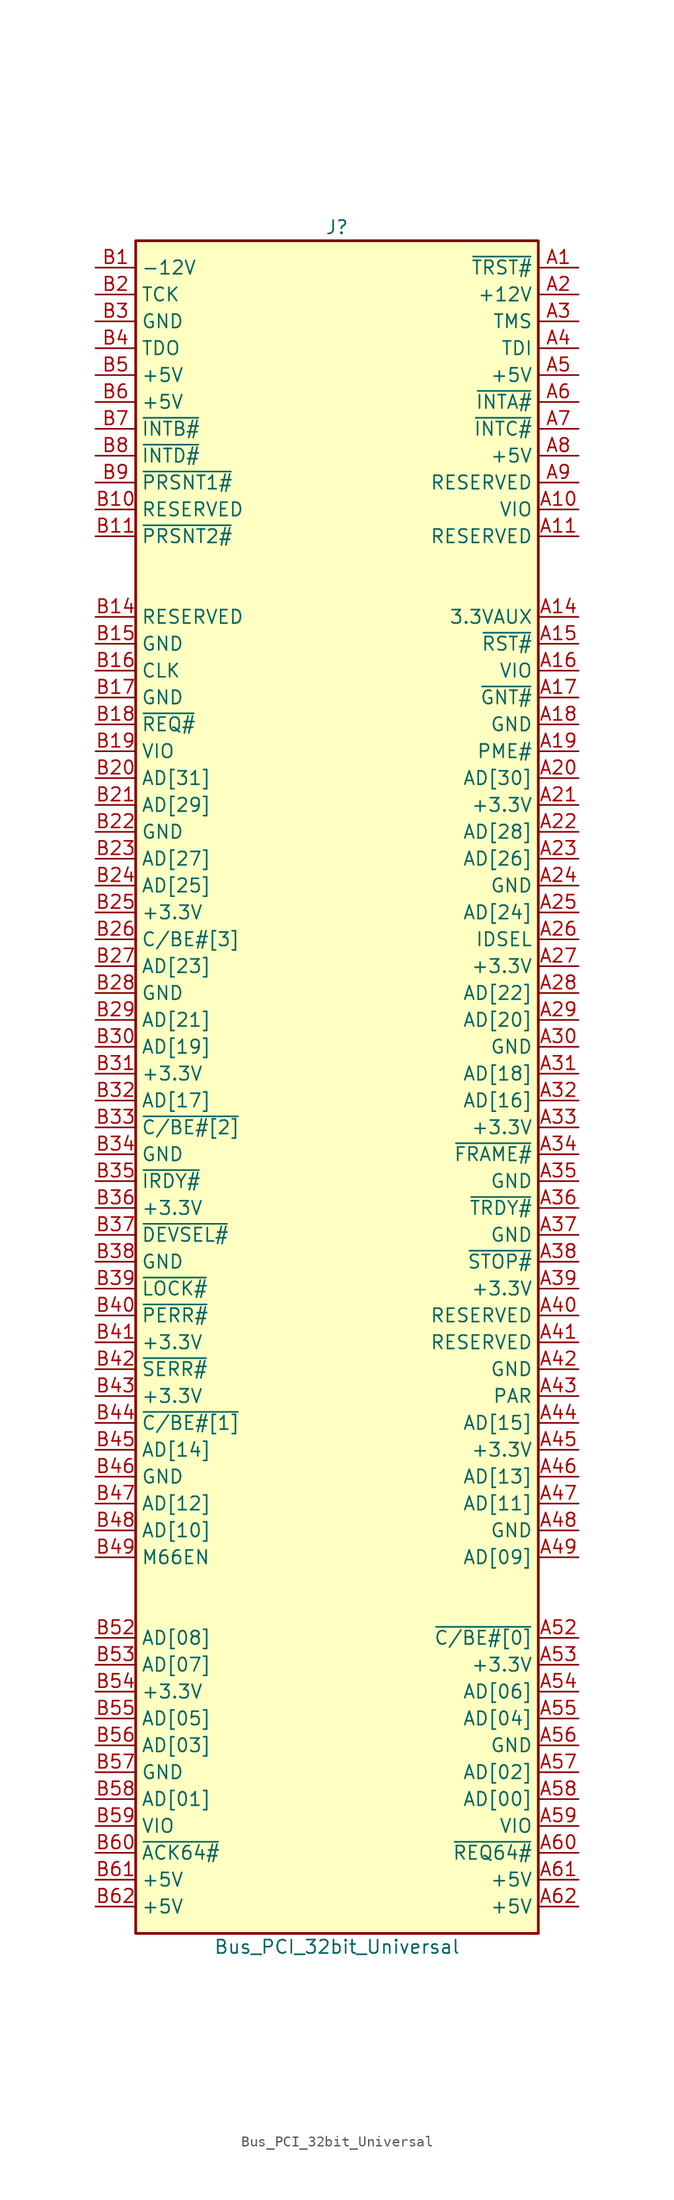
<source format=kicad_sym>
(kicad_symbol_lib
  (version 20241209)
  (generator "kicad_symbol_editor")
  (generator_version "9.0")
  (symbol "Bus_PCI_32bit_Universal"
    (property "Reference" "J"
      (at 0 80.01 0)
      (effects (font (size 1.27 1.27))))
    (property "Value" "Bus_PCI_32bit_Universal"
      (at 0 -82.55 0)
      (effects (font (size 1.27 1.27))))
    (symbol "Bus_PCI_32bit_Universal_0_1"
      (rectangle (start -19.05 78.74) (end 19.05 -81.28) (stroke (width 0.254) (type default)) (fill (type background))))
    (symbol "Bus_PCI_32bit_Universal_1_1"
      (pin power_in line (at -22.86 76.2 0) (length 3.81) (name "-12V" (effects (font (size 1.27 1.27)))) (number "B1" (effects (font (size 1.27 1.27)))))
      (pin output line (at -22.86 73.66 0) (length 3.81) (name "TCK" (effects (font (size 1.27 1.27)))) (number "B2" (effects (font (size 1.27 1.27)))))
      (pin power_in line (at -22.86 71.12 0) (length 3.81) (name "GND" (effects (font (size 1.27 1.27)))) (number "B3" (effects (font (size 1.27 1.27)))))
      (pin input line (at -22.86 68.58 0) (length 3.81) (name "TDO" (effects (font (size 1.27 1.27)))) (number "B4" (effects (font (size 1.27 1.27)))))
      (pin power_in line (at -22.86 66.04 0) (length 3.81) (name "+5V" (effects (font (size 1.27 1.27)))) (number "B5" (effects (font (size 1.27 1.27)))))
      (pin power_in line (at -22.86 63.5 0) (length 3.81) (name "+5V" (effects (font (size 1.27 1.27)))) (number "B6" (effects (font (size 1.27 1.27)))))
      (pin input line (at -22.86 60.96 0) (length 3.81) (name "~{INTB#}" (effects (font (size 1.27 1.27)))) (number "B7" (effects (font (size 1.27 1.27)))))
      (pin input line (at -22.86 58.42 0) (length 3.81) (name "~{INTD#}" (effects (font (size 1.27 1.27)))) (number "B8" (effects (font (size 1.27 1.27)))))
      (pin input line (at -22.86 55.88 0) (length 3.81) (name "~{PRSNT1#}" (effects (font (size 1.27 1.27)))) (number "B9" (effects (font (size 1.27 1.27)))))
      (pin passive line (at -22.86 53.34 0) (length 3.81) (name "RESERVED" (effects (font (size 1.27 1.27)))) (number "B10" (effects (font (size 1.27 1.27)))))
      (pin input line (at -22.86 50.8 0) (length 3.81) (name "~{PRSNT2#}" (effects (font (size 1.27 1.27)))) (number "B11" (effects (font (size 1.27 1.27)))))
      (pin passive line (at -22.86 43.18 0) (length 3.81) (name "RESERVED" (effects (font (size 1.27 1.27)))) (number "B14" (effects (font (size 1.27 1.27)))))
      (pin power_in line (at -22.86 40.64 0) (length 3.81) (name "GND" (effects (font (size 1.27 1.27)))) (number "B15" (effects (font (size 1.27 1.27)))))
      (pin output line (at -22.86 38.1 0) (length 3.81) (name "CLK" (effects (font (size 1.27 1.27)))) (number "B16" (effects (font (size 1.27 1.27)))))
      (pin power_in line (at -22.86 35.56 0) (length 3.81) (name "GND" (effects (font (size 1.27 1.27)))) (number "B17" (effects (font (size 1.27 1.27)))))
      (pin bidirectional line (at -22.86 33.02 0) (length 3.81) (name "~{REQ#}" (effects (font (size 1.27 1.27)))) (number "B18" (effects (font (size 1.27 1.27)))))
      (pin power_in line (at -22.86 30.48 0) (length 3.81) (name "VIO" (effects (font (size 1.27 1.27)))) (number "B19" (effects (font (size 1.27 1.27)))))
      (pin bidirectional line (at -22.86 27.94 0) (length 3.81) (name "AD[31]" (effects (font (size 1.27 1.27)))) (number "B20" (effects (font (size 1.27 1.27)))))
      (pin bidirectional line (at -22.86 25.4 0) (length 3.81) (name "AD[29]" (effects (font (size 1.27 1.27)))) (number "B21" (effects (font (size 1.27 1.27)))))
      (pin power_in line (at -22.86 22.86 0) (length 3.81) (name "GND" (effects (font (size 1.27 1.27)))) (number "B22" (effects (font (size 1.27 1.27)))))
      (pin bidirectional line (at -22.86 20.32 0) (length 3.81) (name "AD[27]" (effects (font (size 1.27 1.27)))) (number "B23" (effects (font (size 1.27 1.27)))))
      (pin bidirectional line (at -22.86 17.78 0) (length 3.81) (name "AD[25]" (effects (font (size 1.27 1.27)))) (number "B24" (effects (font (size 1.27 1.27)))))
      (pin power_in line (at -22.86 15.24 0) (length 3.81) (name "+3.3V" (effects (font (size 1.27 1.27)))) (number "B25" (effects (font (size 1.27 1.27)))))
      (pin bidirectional line (at -22.86 12.7 0) (length 3.81) (name "C/BE#[3]" (effects (font (size 1.27 1.27)))) (number "B26" (effects (font (size 1.27 1.27)))))
      (pin bidirectional line (at -22.86 10.16 0) (length 3.81) (name "AD[23]" (effects (font (size 1.27 1.27)))) (number "B27" (effects (font (size 1.27 1.27)))))
      (pin power_in line (at -22.86 7.62 0) (length 3.81) (name "GND" (effects (font (size 1.27 1.27)))) (number "B28" (effects (font (size 1.27 1.27)))))
      (pin bidirectional line (at -22.86 5.08 0) (length 3.81) (name "AD[21]" (effects (font (size 1.27 1.27)))) (number "B29" (effects (font (size 1.27 1.27)))))
      (pin bidirectional line (at -22.86 2.54 0) (length 3.81) (name "AD[19]" (effects (font (size 1.27 1.27)))) (number "B30" (effects (font (size 1.27 1.27)))))
      (pin power_in line (at -22.86 0 0) (length 3.81) (name "+3.3V" (effects (font (size 1.27 1.27)))) (number "B31" (effects (font (size 1.27 1.27)))))
      (pin bidirectional line (at -22.86 -2.54 0) (length 3.81) (name "AD[17]" (effects (font (size 1.27 1.27)))) (number "B32" (effects (font (size 1.27 1.27)))))
      (pin bidirectional line (at -22.86 -5.08 0) (length 3.81) (name "~{C/BE#[2]}" (effects (font (size 1.27 1.27)))) (number "B33" (effects (font (size 1.27 1.27)))))
      (pin power_in line (at -22.86 -7.62 0) (length 3.81) (name "GND" (effects (font (size 1.27 1.27)))) (number "B34" (effects (font (size 1.27 1.27)))))
      (pin bidirectional line (at -22.86 -10.16 0) (length 3.81) (name "~{IRDY#}" (effects (font (size 1.27 1.27)))) (number "B35" (effects (font (size 1.27 1.27)))))
      (pin power_in line (at -22.86 -12.7 0) (length 3.81) (name "+3.3V" (effects (font (size 1.27 1.27)))) (number "B36" (effects (font (size 1.27 1.27)))))
      (pin bidirectional line (at -22.86 -15.24 0) (length 3.81) (name "~{DEVSEL#}" (effects (font (size 1.27 1.27)))) (number "B37" (effects (font (size 1.27 1.27)))))
      (pin power_in line (at -22.86 -17.78 0) (length 3.81) (name "GND" (effects (font (size 1.27 1.27)))) (number "B38" (effects (font (size 1.27 1.27)))))
      (pin bidirectional line (at -22.86 -20.32 0) (length 3.81) (name "~{LOCK#}" (effects (font (size 1.27 1.27)))) (number "B39" (effects (font (size 1.27 1.27)))))
      (pin bidirectional line (at -22.86 -22.86 0) (length 3.81) (name "~{PERR#}" (effects (font (size 1.27 1.27)))) (number "B40" (effects (font (size 1.27 1.27)))))
      (pin power_in line (at -22.86 -25.4 0) (length 3.81) (name "+3.3V" (effects (font (size 1.27 1.27)))) (number "B41" (effects (font (size 1.27 1.27)))))
      (pin input line (at -22.86 -27.94 0) (length 3.81) (name "~{SERR#}" (effects (font (size 1.27 1.27)))) (number "B42" (effects (font (size 1.27 1.27)))))
      (pin power_in line (at -22.86 -30.48 0) (length 3.81) (name "+3.3V" (effects (font (size 1.27 1.27)))) (number "B43" (effects (font (size 1.27 1.27)))))
      (pin bidirectional line (at -22.86 -33.02 0) (length 3.81) (name "~{C/BE#[1]}" (effects (font (size 1.27 1.27)))) (number "B44" (effects (font (size 1.27 1.27)))))
      (pin bidirectional line (at -22.86 -35.56 0) (length 3.81) (name "AD[14]" (effects (font (size 1.27 1.27)))) (number "B45" (effects (font (size 1.27 1.27)))))
      (pin power_in line (at -22.86 -38.1 0) (length 3.81) (name "GND" (effects (font (size 1.27 1.27)))) (number "B46" (effects (font (size 1.27 1.27)))))
      (pin bidirectional line (at -22.86 -40.64 0) (length 3.81) (name "AD[12]" (effects (font (size 1.27 1.27)))) (number "B47" (effects (font (size 1.27 1.27)))))
      (pin bidirectional line (at -22.86 -43.18 0) (length 3.81) (name "AD[10]" (effects (font (size 1.27 1.27)))) (number "B48" (effects (font (size 1.27 1.27)))))
      (pin power_in line (at -22.86 -45.72 0) (length 3.81) (name "M66EN" (effects (font (size 1.27 1.27)))) (number "B49" (effects (font (size 1.27 1.27)))))
      (pin bidirectional line (at -22.86 -53.34 0) (length 3.81) (name "AD[08]" (effects (font (size 1.27 1.27)))) (number "B52" (effects (font (size 1.27 1.27)))))
      (pin bidirectional line (at -22.86 -55.88 0) (length 3.81) (name "AD[07]" (effects (font (size 1.27 1.27)))) (number "B53" (effects (font (size 1.27 1.27)))))
      (pin input line (at -22.86 -58.42 0) (length 3.81) (name "+3.3V" (effects (font (size 1.27 1.27)))) (number "B54" (effects (font (size 1.27 1.27)))))
      (pin bidirectional line (at -22.86 -60.96 0) (length 3.81) (name "AD[05]" (effects (font (size 1.27 1.27)))) (number "B55" (effects (font (size 1.27 1.27)))))
      (pin bidirectional line (at -22.86 -63.5 0) (length 3.81) (name "AD[03]" (effects (font (size 1.27 1.27)))) (number "B56" (effects (font (size 1.27 1.27)))))
      (pin power_in line (at -22.86 -66.04 0) (length 3.81) (name "GND" (effects (font (size 1.27 1.27)))) (number "B57" (effects (font (size 1.27 1.27)))))
      (pin bidirectional line (at -22.86 -68.58 0) (length 3.81) (name "AD[01]" (effects (font (size 1.27 1.27)))) (number "B58" (effects (font (size 1.27 1.27)))))
      (pin power_in line (at -22.86 -71.12 0) (length 3.81) (name "VIO" (effects (font (size 1.27 1.27)))) (number "B59" (effects (font (size 1.27 1.27)))))
      (pin bidirectional line (at -22.86 -73.66 0) (length 3.81) (name "~{ACK64#}" (effects (font (size 1.27 1.27)))) (number "B60" (effects (font (size 1.27 1.27)))))
      (pin power_in line (at -22.86 -76.2 0) (length 3.81) (name "+5V" (effects (font (size 1.27 1.27)))) (number "B61" (effects (font (size 1.27 1.27)))))
      (pin power_in line (at -22.86 -78.74 0) (length 3.81) (name "+5V" (effects (font (size 1.27 1.27)))) (number "B62" (effects (font (size 1.27 1.27)))))
      (pin output line (at 22.86 76.2 180) (length 3.81) (name "~{TRST#}" (effects (font (size 1.27 1.27)))) (number "A1" (effects (font (size 1.27 1.27)))))
      (pin power_in line (at 22.86 73.66 180) (length 3.81) (name "+12V" (effects (font (size 1.27 1.27)))) (number "A2" (effects (font (size 1.27 1.27)))))
      (pin output line (at 22.86 71.12 180) (length 3.81) (name "TMS" (effects (font (size 1.27 1.27)))) (number "A3" (effects (font (size 1.27 1.27)))))
      (pin output line (at 22.86 68.58 180) (length 3.81) (name "TDI" (effects (font (size 1.27 1.27)))) (number "A4" (effects (font (size 1.27 1.27)))))
      (pin power_in line (at 22.86 66.04 180) (length 3.81) (name "+5V" (effects (font (size 1.27 1.27)))) (number "A5" (effects (font (size 1.27 1.27)))))
      (pin input line (at 22.86 63.5 180) (length 3.81) (name "~{INTA#}" (effects (font (size 1.27 1.27)))) (number "A6" (effects (font (size 1.27 1.27)))))
      (pin input line (at 22.86 60.96 180) (length 3.81) (name "~{INTC#}" (effects (font (size 1.27 1.27)))) (number "A7" (effects (font (size 1.27 1.27)))))
      (pin power_in line (at 22.86 58.42 180) (length 3.81) (name "+5V" (effects (font (size 1.27 1.27)))) (number "A8" (effects (font (size 1.27 1.27)))))
      (pin passive line (at 22.86 55.88 180) (length 3.81) (name "RESERVED" (effects (font (size 1.27 1.27)))) (number "A9" (effects (font (size 1.27 1.27)))))
      (pin power_in line (at 22.86 53.34 180) (length 3.81) (name "VIO" (effects (font (size 1.27 1.27)))) (number "A10" (effects (font (size 1.27 1.27)))))
      (pin passive line (at 22.86 50.8 180) (length 3.81) (name "RESERVED" (effects (font (size 1.27 1.27)))) (number "A11" (effects (font (size 1.27 1.27)))))
      (pin passive line (at 22.86 43.18 180) (length 3.81) (name "3.3VAUX" (effects (font (size 1.27 1.27)))) (number "A14" (effects (font (size 1.27 1.27)))))
      (pin output line (at 22.86 40.64 180) (length 3.81) (name "~{RST#}" (effects (font (size 1.27 1.27)))) (number "A15" (effects (font (size 1.27 1.27)))))
      (pin power_in line (at 22.86 38.1 180) (length 3.81) (name "VIO" (effects (font (size 1.27 1.27)))) (number "A16" (effects (font (size 1.27 1.27)))))
      (pin bidirectional line (at 22.86 35.56 180) (length 3.81) (name "~{GNT#}" (effects (font (size 1.27 1.27)))) (number "A17" (effects (font (size 1.27 1.27)))))
      (pin power_in line (at 22.86 33.02 180) (length 3.81) (name "GND" (effects (font (size 1.27 1.27)))) (number "A18" (effects (font (size 1.27 1.27)))))
      (pin passive line (at 22.86 30.48 180) (length 3.81) (name "PME#" (effects (font (size 1.27 1.27)))) (number "A19" (effects (font (size 1.27 1.27)))))
      (pin bidirectional line (at 22.86 27.94 180) (length 3.81) (name "AD[30]" (effects (font (size 1.27 1.27)))) (number "A20" (effects (font (size 1.27 1.27)))))
      (pin power_in line (at 22.86 25.4 180) (length 3.81) (name "+3.3V" (effects (font (size 1.27 1.27)))) (number "A21" (effects (font (size 1.27 1.27)))))
      (pin bidirectional line (at 22.86 22.86 180) (length 3.81) (name "AD[28]" (effects (font (size 1.27 1.27)))) (number "A22" (effects (font (size 1.27 1.27)))))
      (pin bidirectional line (at 22.86 20.32 180) (length 3.81) (name "AD[26]" (effects (font (size 1.27 1.27)))) (number "A23" (effects (font (size 1.27 1.27)))))
      (pin power_in line (at 22.86 17.78 180) (length 3.81) (name "GND" (effects (font (size 1.27 1.27)))) (number "A24" (effects (font (size 1.27 1.27)))))
      (pin bidirectional line (at 22.86 15.24 180) (length 3.81) (name "AD[24]" (effects (font (size 1.27 1.27)))) (number "A25" (effects (font (size 1.27 1.27)))))
      (pin output line (at 22.86 12.7 180) (length 3.81) (name "IDSEL" (effects (font (size 1.27 1.27)))) (number "A26" (effects (font (size 1.27 1.27)))))
      (pin power_in line (at 22.86 10.16 180) (length 3.81) (name "+3.3V" (effects (font (size 1.27 1.27)))) (number "A27" (effects (font (size 1.27 1.27)))))
      (pin bidirectional line (at 22.86 7.62 180) (length 3.81) (name "AD[22]" (effects (font (size 1.27 1.27)))) (number "A28" (effects (font (size 1.27 1.27)))))
      (pin bidirectional line (at 22.86 5.08 180) (length 3.81) (name "AD[20]" (effects (font (size 1.27 1.27)))) (number "A29" (effects (font (size 1.27 1.27)))))
      (pin power_in line (at 22.86 2.54 180) (length 3.81) (name "GND" (effects (font (size 1.27 1.27)))) (number "A30" (effects (font (size 1.27 1.27)))))
      (pin bidirectional line (at 22.86 0 180) (length 3.81) (name "AD[18]" (effects (font (size 1.27 1.27)))) (number "A31" (effects (font (size 1.27 1.27)))))
      (pin bidirectional line (at 22.86 -2.54 180) (length 3.81) (name "AD[16]" (effects (font (size 1.27 1.27)))) (number "A32" (effects (font (size 1.27 1.27)))))
      (pin power_in line (at 22.86 -5.08 180) (length 3.81) (name "+3.3V" (effects (font (size 1.27 1.27)))) (number "A33" (effects (font (size 1.27 1.27)))))
      (pin bidirectional line (at 22.86 -7.62 180) (length 3.81) (name "~{FRAME#}" (effects (font (size 1.27 1.27)))) (number "A34" (effects (font (size 1.27 1.27)))))
      (pin power_in line (at 22.86 -10.16 180) (length 3.81) (name "GND" (effects (font (size 1.27 1.27)))) (number "A35" (effects (font (size 1.27 1.27)))))
      (pin bidirectional line (at 22.86 -12.7 180) (length 3.81) (name "~{TRDY#}" (effects (font (size 1.27 1.27)))) (number "A36" (effects (font (size 1.27 1.27)))))
      (pin power_in line (at 22.86 -15.24 180) (length 3.81) (name "GND" (effects (font (size 1.27 1.27)))) (number "A37" (effects (font (size 1.27 1.27)))))
      (pin bidirectional line (at 22.86 -17.78 180) (length 3.81) (name "~{STOP#}" (effects (font (size 1.27 1.27)))) (number "A38" (effects (font (size 1.27 1.27)))))
      (pin power_in line (at 22.86 -20.32 180) (length 3.81) (name "+3.3V" (effects (font (size 1.27 1.27)))) (number "A39" (effects (font (size 1.27 1.27)))))
      (pin bidirectional line (at 22.86 -22.86 180) (length 3.81) (name "RESERVED" (effects (font (size 1.27 1.27)))) (number "A40" (effects (font (size 1.27 1.27)))))
      (pin bidirectional line (at 22.86 -25.4 180) (length 3.81) (name "RESERVED" (effects (font (size 1.27 1.27)))) (number "A41" (effects (font (size 1.27 1.27)))))
      (pin power_in line (at 22.86 -27.94 180) (length 3.81) (name "GND" (effects (font (size 1.27 1.27)))) (number "A42" (effects (font (size 1.27 1.27)))))
      (pin bidirectional line (at 22.86 -30.48 180) (length 3.81) (name "PAR" (effects (font (size 1.27 1.27)))) (number "A43" (effects (font (size 1.27 1.27)))))
      (pin bidirectional line (at 22.86 -33.02 180) (length 3.81) (name "AD[15]" (effects (font (size 1.27 1.27)))) (number "A44" (effects (font (size 1.27 1.27)))))
      (pin power_in line (at 22.86 -35.56 180) (length 3.81) (name "+3.3V" (effects (font (size 1.27 1.27)))) (number "A45" (effects (font (size 1.27 1.27)))))
      (pin bidirectional line (at 22.86 -38.1 180) (length 3.81) (name "AD[13]" (effects (font (size 1.27 1.27)))) (number "A46" (effects (font (size 1.27 1.27)))))
      (pin bidirectional line (at 22.86 -40.64 180) (length 3.81) (name "AD[11]" (effects (font (size 1.27 1.27)))) (number "A47" (effects (font (size 1.27 1.27)))))
      (pin power_in line (at 22.86 -43.18 180) (length 3.81) (name "GND" (effects (font (size 1.27 1.27)))) (number "A48" (effects (font (size 1.27 1.27)))))
      (pin bidirectional line (at 22.86 -45.72 180) (length 3.81) (name "AD[09]" (effects (font (size 1.27 1.27)))) (number "A49" (effects (font (size 1.27 1.27)))))
      (pin bidirectional line (at 22.86 -53.34 180) (length 3.81) (name "~{C/BE#[0]}" (effects (font (size 1.27 1.27)))) (number "A52" (effects (font (size 1.27 1.27)))))
      (pin power_in line (at 22.86 -55.88 180) (length 3.81) (name "+3.3V" (effects (font (size 1.27 1.27)))) (number "A53" (effects (font (size 1.27 1.27)))))
      (pin bidirectional line (at 22.86 -58.42 180) (length 3.81) (name "AD[06]" (effects (font (size 1.27 1.27)))) (number "A54" (effects (font (size 1.27 1.27)))))
      (pin bidirectional line (at 22.86 -60.96 180) (length 3.81) (name "AD[04]" (effects (font (size 1.27 1.27)))) (number "A55" (effects (font (size 1.27 1.27)))))
      (pin power_in line (at 22.86 -63.5 180) (length 3.81) (name "GND" (effects (font (size 1.27 1.27)))) (number "A56" (effects (font (size 1.27 1.27)))))
      (pin bidirectional line (at 22.86 -66.04 180) (length 3.81) (name "AD[02]" (effects (font (size 1.27 1.27)))) (number "A57" (effects (font (size 1.27 1.27)))))
      (pin bidirectional line (at 22.86 -68.58 180) (length 3.81) (name "AD[00]" (effects (font (size 1.27 1.27)))) (number "A58" (effects (font (size 1.27 1.27)))))
      (pin power_in line (at 22.86 -71.12 180) (length 3.81) (name "VIO" (effects (font (size 1.27 1.27)))) (number "A59" (effects (font (size 1.27 1.27)))))
      (pin bidirectional line (at 22.86 -73.66 180) (length 3.81) (name "~{REQ64#}" (effects (font (size 1.27 1.27)))) (number "A60" (effects (font (size 1.27 1.27)))))
      (pin power_in line (at 22.86 -76.2 180) (length 3.81) (name "+5V" (effects (font (size 1.27 1.27)))) (number "A61" (effects (font (size 1.27 1.27)))))
      (pin power_in line (at 22.86 -78.74 180) (length 3.81) (name "+5V" (effects (font (size 1.27 1.27)))) (number "A62" (effects (font (size 1.27 1.27))))))))
</source>
